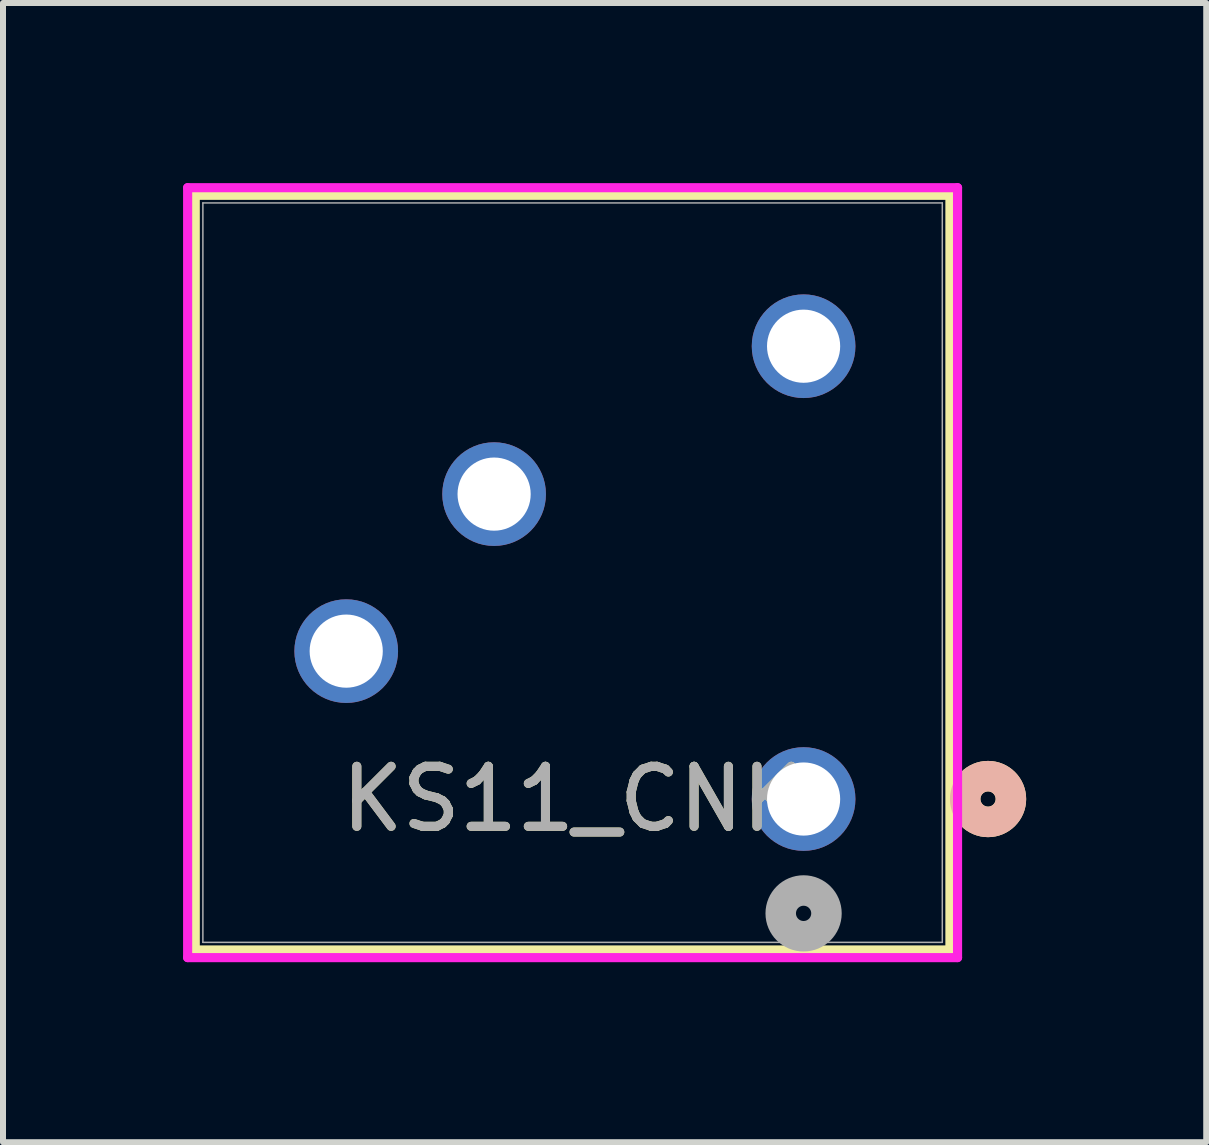
<source format=kicad_pcb>
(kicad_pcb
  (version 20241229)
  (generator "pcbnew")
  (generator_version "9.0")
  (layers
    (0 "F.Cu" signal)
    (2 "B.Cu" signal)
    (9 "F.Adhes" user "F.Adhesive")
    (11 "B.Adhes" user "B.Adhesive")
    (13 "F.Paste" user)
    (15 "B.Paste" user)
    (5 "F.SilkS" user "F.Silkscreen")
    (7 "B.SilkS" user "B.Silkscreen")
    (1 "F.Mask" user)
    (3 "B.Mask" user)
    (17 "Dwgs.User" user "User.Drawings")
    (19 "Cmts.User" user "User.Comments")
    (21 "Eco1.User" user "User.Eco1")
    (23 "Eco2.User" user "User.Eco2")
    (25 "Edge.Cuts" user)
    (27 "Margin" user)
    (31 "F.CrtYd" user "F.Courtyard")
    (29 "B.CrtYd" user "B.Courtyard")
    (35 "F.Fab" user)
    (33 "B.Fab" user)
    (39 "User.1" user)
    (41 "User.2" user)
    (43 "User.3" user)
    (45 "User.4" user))
  (footprint "KS11_CNK"
    (layer "F.Cu")
    (at 10.338 10.262)
    (property "Reference" "KS11_CNK" (at -3.848 0 0) (unlocked yes) (layer "F.SilkS") (effects (font (size 1 1) (thickness 0.15))))
    (attr through_hole)
    (fp_line (start -10.135 -10.058) (end -10.135 2.515) (stroke (width 0.152) (type solid)) (layer "F.SilkS"))
    (fp_line (start -10.135 2.515) (end 2.438 2.515) (stroke (width 0.152) (type solid)) (layer "F.SilkS"))
    (fp_line (start 2.438 -10.058) (end -10.135 -10.058) (stroke (width 0.152) (type solid)) (layer "F.SilkS"))
    (fp_line (start 2.438 2.515) (end 2.438 -10.058) (stroke (width 0.152) (type solid)) (layer "F.SilkS"))
    (fp_circle (center 3.073 0) (end 3.454 0) (stroke (width 0.508) (type solid)) (fill no) (layer "F.SilkS"))
    (fp_circle (center 3.073 0) (end 3.454 0) (stroke (width 0.508) (type solid)) (fill no) (layer "B.SilkS"))
    (fp_line (start -10.262 -10.185) (end -10.262 2.642) (stroke (width 0.152) (type solid)) (layer "F.CrtYd"))
    (fp_line (start -10.262 2.642) (end 2.565 2.642) (stroke (width 0.152) (type solid)) (layer "F.CrtYd"))
    (fp_line (start 2.565 -10.185) (end -10.262 -10.185) (stroke (width 0.152) (type solid)) (layer "F.CrtYd"))
    (fp_line (start 2.565 2.642) (end 2.565 -10.185) (stroke (width 0.152) (type solid)) (layer "F.CrtYd"))
    (fp_line (start -10.008 -9.931) (end -10.008 2.388) (stroke (width 0.025) (type solid)) (layer "F.Fab"))
    (fp_line (start -10.008 2.388) (end 2.311 2.388) (stroke (width 0.025) (type solid)) (layer "F.Fab"))
    (fp_line (start 2.311 -9.931) (end -10.008 -9.931) (stroke (width 0.025) (type solid)) (layer "F.Fab"))
    (fp_line (start 2.311 2.388) (end 2.311 -9.931) (stroke (width 0.025) (type solid)) (layer "F.Fab"))
    (fp_circle (center 0 1.905) (end 0.381 1.905) (stroke (width 0.508) (type solid)) (fill no) (layer "F.Fab"))
    (fp_text user "${REFERENCE}" (at -3.848 0 0) (unlocked yes) (layer "F.Fab") (effects (font (size 1 1) (thickness 0.15))))
    (pad "1" thru_hole circle (at 0 0) (size 1.727 1.727) (drill 1.219) (layers "*.Cu" "*.Mask"))
    (pad "2" thru_hole circle (at -5.156 -5.08) (size 1.727 1.727) (drill 1.219) (layers "*.Cu" "*.Mask"))
    (pad "3" thru_hole circle (at -7.62 -2.464 90) (size 1.727 1.727) (drill 1.219) (layers "*.Cu" "*.Mask"))
    (pad "4" thru_hole circle (at 0 -7.544 90) (size 1.727 1.727) (drill 1.219) (layers "*.Cu" "*.Mask")))
  (gr_rect
    (start -3 -3)
    (end 17.046 15.979)
    (stroke (width 0.1) (type default))
    (fill no)
    (layer "Edge.Cuts")))
</source>
